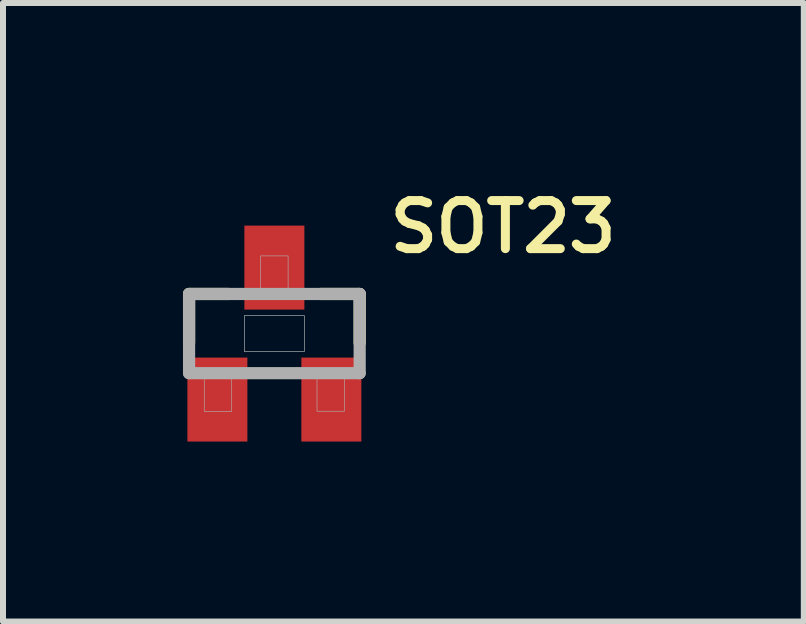
<source format=kicad_pcb>
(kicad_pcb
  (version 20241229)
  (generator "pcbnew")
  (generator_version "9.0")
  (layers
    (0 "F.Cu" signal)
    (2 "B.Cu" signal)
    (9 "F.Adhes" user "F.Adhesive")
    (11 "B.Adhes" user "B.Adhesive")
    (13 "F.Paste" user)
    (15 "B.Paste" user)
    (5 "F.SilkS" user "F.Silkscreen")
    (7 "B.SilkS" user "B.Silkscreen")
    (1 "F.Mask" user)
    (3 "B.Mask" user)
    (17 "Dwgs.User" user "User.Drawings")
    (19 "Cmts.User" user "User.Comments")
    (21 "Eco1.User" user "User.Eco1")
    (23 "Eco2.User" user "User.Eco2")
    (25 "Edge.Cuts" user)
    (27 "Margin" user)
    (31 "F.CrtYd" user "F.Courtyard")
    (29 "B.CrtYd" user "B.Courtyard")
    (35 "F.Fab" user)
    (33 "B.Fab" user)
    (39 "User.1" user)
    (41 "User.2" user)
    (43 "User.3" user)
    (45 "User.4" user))
  (footprint "SOT23"
    (layer "F.Cu")
    (at 1.524 2.511)
    (property "Reference" "SOT23" (at 3.813 -1.779 0) (layer "F.SilkS") (effects (font (size 0.801 0.801) (thickness 0.15))))
    (attr smd)
    (fp_line (start -1.422 -0.66) (end -0.764 -0.66) (stroke (width 0.203) (type solid)) (layer "F.SilkS"))
    (fp_line (start -1.422 0.152) (end -1.422 -0.66) (stroke (width 0.203) (type solid)) (layer "F.SilkS"))
    (fp_line (start 0.764 -0.66) (end 1.422 -0.66) (stroke (width 0.203) (type solid)) (layer "F.SilkS"))
    (fp_line (start 1.422 -0.66) (end 1.422 0.152) (stroke (width 0.203) (type solid)) (layer "F.SilkS"))
    (fp_poly (pts (xy -0.5 -0.3) (xy 0.5 -0.3) (xy 0.5 0.3) (xy -0.5 0.3)) (stroke (width 0.01) (type solid)) (fill no) (layer "Dwgs.User"))
    (fp_line (start -1.422 -0.66) (end 1.422 -0.66) (stroke (width 0.203) (type solid)) (layer "F.Fab"))
    (fp_line (start -1.422 0.66) (end -1.422 -0.66) (stroke (width 0.203) (type solid)) (layer "F.Fab"))
    (fp_line (start 1.422 -0.66) (end 1.422 0.66) (stroke (width 0.203) (type solid)) (layer "F.Fab"))
    (fp_line (start 1.422 0.66) (end -1.422 0.66) (stroke (width 0.203) (type solid)) (layer "F.Fab"))
    (fp_poly (pts (xy -1.169 0.711) (xy -0.711 0.711) (xy -0.711 1.296) (xy -1.169 1.296)) (stroke (width 0.01) (type solid)) (fill no) (layer "F.Fab"))
    (fp_poly (pts (xy -0.229 -1.295) (xy 0.229 -1.295) (xy 0.229 -0.712) (xy -0.229 -0.712)) (stroke (width 0.01) (type solid)) (fill no) (layer "F.Fab"))
    (fp_poly (pts (xy 0.711 0.711) (xy 1.168 0.711) (xy 1.168 1.295) (xy 0.711 1.295)) (stroke (width 0.01) (type solid)) (fill no) (layer "F.Fab"))
    (pad "1" smd rect (at -0.95 1.1) (size 1 1.4) (layers "F.Cu" "F.Mask" "F.Paste"))
    (pad "2" smd rect (at 0.95 1.1) (size 1 1.4) (layers "F.Cu" "F.Mask" "F.Paste"))
    (pad "3" smd rect (at 0 -1.1) (size 1 1.4) (layers "F.Cu" "F.Mask" "F.Paste")))
  (gr_rect
    (start -3 -3)
    (end 10.35 7.311)
    (stroke (width 0.1) (type default))
    (fill no)
    (layer "Edge.Cuts")))
</source>
